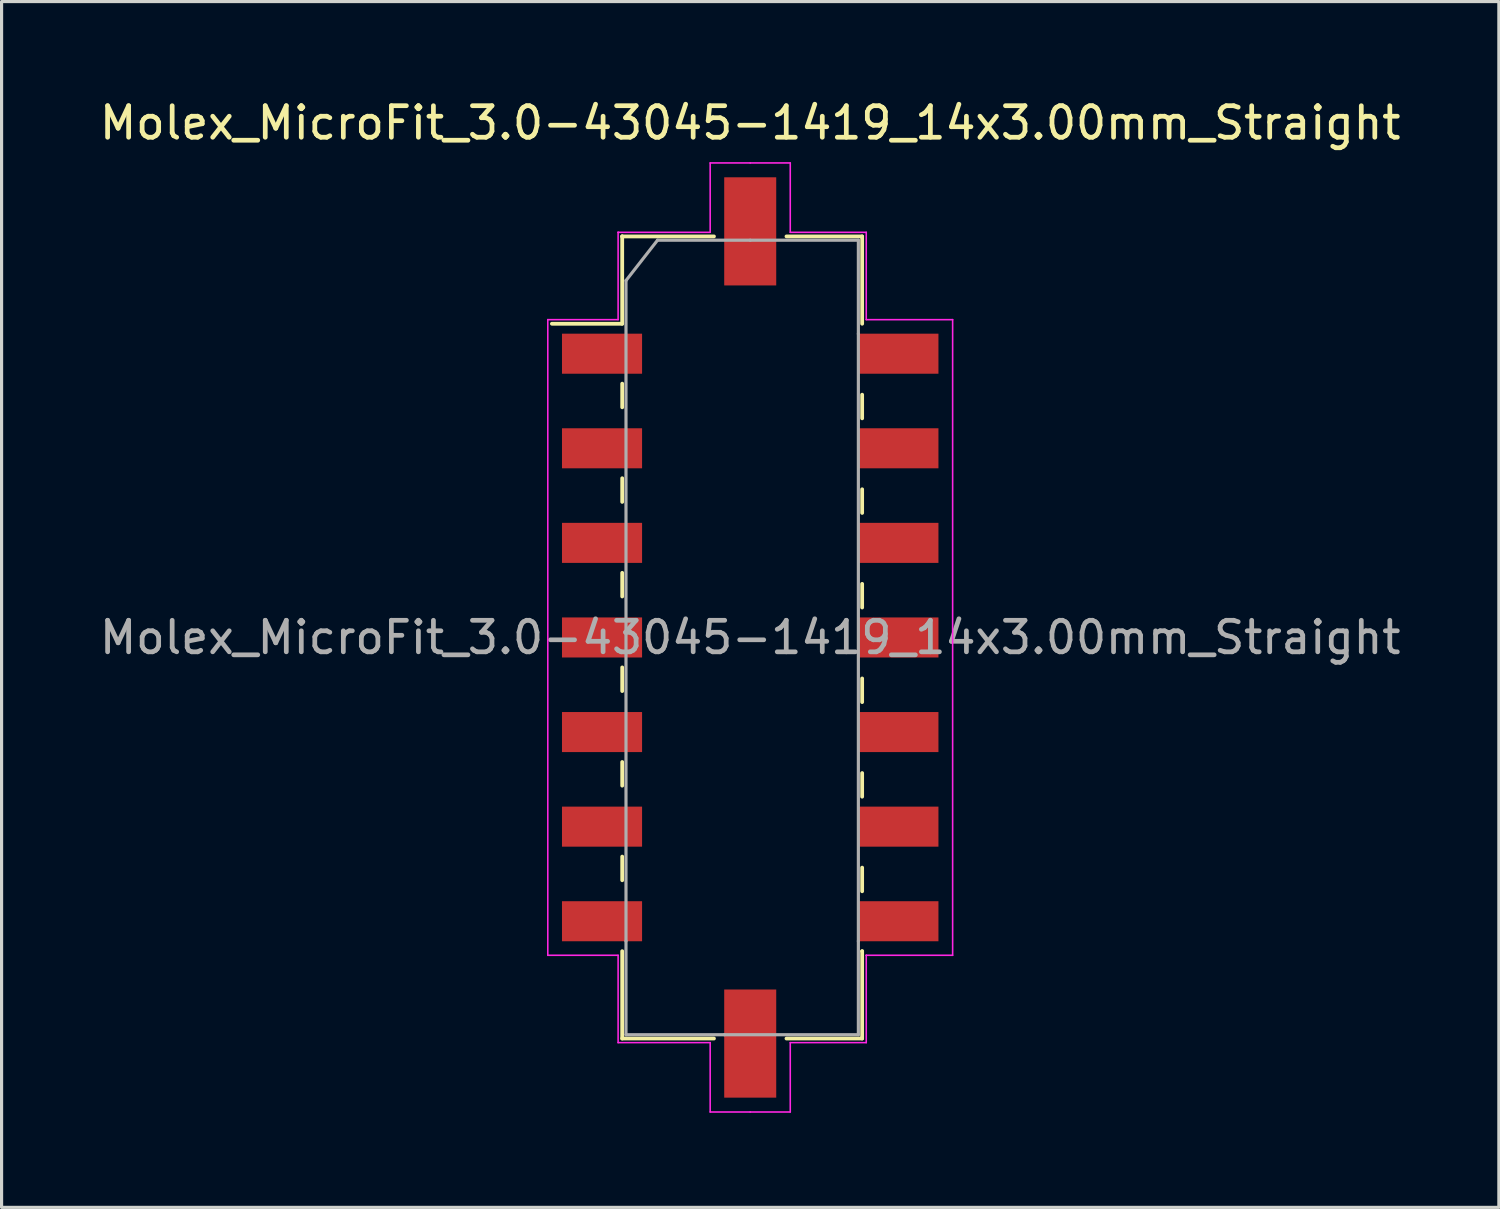
<source format=kicad_pcb>
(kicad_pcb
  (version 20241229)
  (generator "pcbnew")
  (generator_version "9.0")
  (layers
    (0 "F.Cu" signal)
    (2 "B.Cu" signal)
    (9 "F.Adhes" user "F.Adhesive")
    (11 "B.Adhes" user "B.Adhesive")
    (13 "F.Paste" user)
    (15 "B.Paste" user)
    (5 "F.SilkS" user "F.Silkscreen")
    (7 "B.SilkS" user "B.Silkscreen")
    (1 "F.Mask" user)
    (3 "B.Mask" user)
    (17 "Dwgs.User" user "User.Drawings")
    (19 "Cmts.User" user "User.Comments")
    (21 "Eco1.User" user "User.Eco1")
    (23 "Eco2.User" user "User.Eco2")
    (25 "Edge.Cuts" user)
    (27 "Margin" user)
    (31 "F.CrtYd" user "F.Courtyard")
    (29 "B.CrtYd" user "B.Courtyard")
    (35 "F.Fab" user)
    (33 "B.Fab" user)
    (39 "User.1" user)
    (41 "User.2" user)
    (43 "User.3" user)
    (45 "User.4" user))
  (footprint "Molex_MicroFit_3.0-43045-1419_14x3.00mm_Straight"
    (layer "F.Cu")
    (at 20.744 17.168)
    (property "Reference" "Molex_MicroFit_3.0-43045-1419_14x3.00mm_Straight" (at 0 -16.32 0) (layer "F.SilkS") (effects (font (size 1 1) (thickness 0.15))))
    (attr smd)
    (fp_line (start -6.29 -9.95) (end -4.06 -9.95) (stroke (width 0.12) (type solid)) (layer "F.SilkS"))
    (fp_line (start -4.06 -12.72) (end -4.06 -12.72) (stroke (width 0.12) (type solid)) (layer "F.SilkS"))
    (fp_line (start -4.06 -12.72) (end -1.15 -12.72) (stroke (width 0.12) (type solid)) (layer "F.SilkS"))
    (fp_line (start -4.06 -9.95) (end -4.06 -12.72) (stroke (width 0.12) (type solid)) (layer "F.SilkS"))
    (fp_line (start -4.06 -8.05) (end -4.06 -7.3) (stroke (width 0.12) (type solid)) (layer "F.SilkS"))
    (fp_line (start -4.06 -5.05) (end -4.06 -4.3) (stroke (width 0.12) (type solid)) (layer "F.SilkS"))
    (fp_line (start -4.06 -2.05) (end -4.06 -1.3) (stroke (width 0.12) (type solid)) (layer "F.SilkS"))
    (fp_line (start -4.06 0.95) (end -4.06 1.7) (stroke (width 0.12) (type solid)) (layer "F.SilkS"))
    (fp_line (start -4.06 3.95) (end -4.06 4.7) (stroke (width 0.12) (type solid)) (layer "F.SilkS"))
    (fp_line (start -4.06 6.95) (end -4.06 7.7) (stroke (width 0.12) (type solid)) (layer "F.SilkS"))
    (fp_line (start -4.06 12.72) (end -4.06 9.95) (stroke (width 0.12) (type solid)) (layer "F.SilkS"))
    (fp_line (start -1.15 12.72) (end -4.06 12.72) (stroke (width 0.12) (type solid)) (layer "F.SilkS"))
    (fp_line (start 1.15 -12.72) (end 3.55 -12.72) (stroke (width 0.12) (type solid)) (layer "F.SilkS"))
    (fp_line (start 3.55 -12.72) (end 3.55 -9.95) (stroke (width 0.12) (type solid)) (layer "F.SilkS"))
    (fp_line (start 3.55 -6.95) (end 3.55 -7.7) (stroke (width 0.12) (type solid)) (layer "F.SilkS"))
    (fp_line (start 3.55 -3.95) (end 3.55 -4.7) (stroke (width 0.12) (type solid)) (layer "F.SilkS"))
    (fp_line (start 3.55 -0.95) (end 3.55 -1.7) (stroke (width 0.12) (type solid)) (layer "F.SilkS"))
    (fp_line (start 3.55 2.05) (end 3.55 1.3) (stroke (width 0.12) (type solid)) (layer "F.SilkS"))
    (fp_line (start 3.55 5.05) (end 3.55 4.3) (stroke (width 0.12) (type solid)) (layer "F.SilkS"))
    (fp_line (start 3.55 8.05) (end 3.55 7.3) (stroke (width 0.12) (type solid)) (layer "F.SilkS"))
    (fp_line (start 3.55 9.95) (end 3.55 9.95) (stroke (width 0.12) (type solid)) (layer "F.SilkS"))
    (fp_line (start 3.55 9.95) (end 3.55 12.72) (stroke (width 0.12) (type solid)) (layer "F.SilkS"))
    (fp_line (start 3.55 12.72) (end 1.15 12.72) (stroke (width 0.12) (type solid)) (layer "F.SilkS"))
    (fp_line (start -6.42 -10.08) (end -4.19 -10.08) (stroke (width 0.05) (type solid)) (layer "F.CrtYd"))
    (fp_line (start -6.42 10.08) (end -6.42 -10.08) (stroke (width 0.05) (type solid)) (layer "F.CrtYd"))
    (fp_line (start -4.19 -12.85) (end -4.19 -12.85) (stroke (width 0.05) (type solid)) (layer "F.CrtYd"))
    (fp_line (start -4.19 -12.85) (end -1.27 -12.85) (stroke (width 0.05) (type solid)) (layer "F.CrtYd"))
    (fp_line (start -4.19 -10.08) (end -4.19 -12.85) (stroke (width 0.05) (type solid)) (layer "F.CrtYd"))
    (fp_line (start -4.19 10.08) (end -6.42 10.08) (stroke (width 0.05) (type solid)) (layer "F.CrtYd"))
    (fp_line (start -4.19 12.85) (end -4.19 10.08) (stroke (width 0.05) (type solid)) (layer "F.CrtYd"))
    (fp_line (start -1.27 -15.05) (end 0 -15.05) (stroke (width 0.05) (type solid)) (layer "F.CrtYd"))
    (fp_line (start -1.27 -12.85) (end -1.27 -15.05) (stroke (width 0.05) (type solid)) (layer "F.CrtYd"))
    (fp_line (start -1.27 12.85) (end -4.19 12.85) (stroke (width 0.05) (type solid)) (layer "F.CrtYd"))
    (fp_line (start -1.27 15.05) (end -1.27 12.85) (stroke (width 0.05) (type solid)) (layer "F.CrtYd"))
    (fp_line (start 0 -15.05) (end 1.27 -15.05) (stroke (width 0.05) (type solid)) (layer "F.CrtYd"))
    (fp_line (start 0 15.05) (end -1.27 15.05) (stroke (width 0.05) (type solid)) (layer "F.CrtYd"))
    (fp_line (start 1.27 -15.05) (end 1.27 -12.85) (stroke (width 0.05) (type solid)) (layer "F.CrtYd"))
    (fp_line (start 1.27 -12.85) (end 3.68 -12.85) (stroke (width 0.05) (type solid)) (layer "F.CrtYd"))
    (fp_line (start 1.27 12.85) (end 1.27 15.05) (stroke (width 0.05) (type solid)) (layer "F.CrtYd"))
    (fp_line (start 1.27 15.05) (end 0 15.05) (stroke (width 0.05) (type solid)) (layer "F.CrtYd"))
    (fp_line (start 3.68 -12.85) (end 3.68 -10.08) (stroke (width 0.05) (type solid)) (layer "F.CrtYd"))
    (fp_line (start 3.68 -10.08) (end 6.42 -10.08) (stroke (width 0.05) (type solid)) (layer "F.CrtYd"))
    (fp_line (start 3.68 10.08) (end 3.68 10.08) (stroke (width 0.05) (type solid)) (layer "F.CrtYd"))
    (fp_line (start 3.68 10.08) (end 3.68 12.85) (stroke (width 0.05) (type solid)) (layer "F.CrtYd"))
    (fp_line (start 3.68 12.85) (end 1.27 12.85) (stroke (width 0.05) (type solid)) (layer "F.CrtYd"))
    (fp_line (start 6.42 -10.08) (end 6.42 10.08) (stroke (width 0.05) (type solid)) (layer "F.CrtYd"))
    (fp_line (start 6.42 10.08) (end 3.68 10.08) (stroke (width 0.05) (type solid)) (layer "F.CrtYd"))
    (fp_line (start -3.94 -11.32) (end -2.94 -12.6) (stroke (width 0.1) (type solid)) (layer "F.Fab"))
    (fp_line (start -3.94 9.63) (end -3.94 -11.32) (stroke (width 0.1) (type solid)) (layer "F.Fab"))
    (fp_line (start -3.94 12.6) (end -3.94 9.63) (stroke (width 0.1) (type solid)) (layer "F.Fab"))
    (fp_line (start -2.94 -12.6) (end 0 -12.6) (stroke (width 0.1) (type solid)) (layer "F.Fab"))
    (fp_line (start -0.82 12.6) (end -3.94 12.6) (stroke (width 0.1) (type solid)) (layer "F.Fab"))
    (fp_line (start 0 -12.6) (end 3.43 -12.6) (stroke (width 0.1) (type solid)) (layer "F.Fab"))
    (fp_line (start 3.43 -12.6) (end 3.43 -9.63) (stroke (width 0.1) (type solid)) (layer "F.Fab"))
    (fp_line (start 3.43 -9.63) (end 3.43 9.63) (stroke (width 0.1) (type solid)) (layer "F.Fab"))
    (fp_line (start 3.43 9.63) (end 3.43 12.6) (stroke (width 0.1) (type solid)) (layer "F.Fab"))
    (fp_line (start 3.43 12.6) (end -0.82 12.6) (stroke (width 0.1) (type solid)) (layer "F.Fab"))
    (fp_text user "${REFERENCE}" (at 0 0 0) (layer "F.Fab") (effects (font (size 1 1) (thickness 0.15))))
    (pad "" smd rect (at 0 -12.88) (size 1.65 3.43) (layers "F.Cu" "F.Mask" "F.Paste"))
    (pad "" smd rect (at 0 12.88) (size 1.65 3.43) (layers "F.Cu" "F.Mask" "F.Paste"))
    (pad "1" smd rect (at -4.7 -9) (size 2.54 1.27) (layers "F.Cu" "F.Mask" "F.Paste"))
    (pad "2" smd rect (at -4.7 -6) (size 2.54 1.27) (layers "F.Cu" "F.Mask" "F.Paste"))
    (pad "3" smd rect (at -4.7 -3) (size 2.54 1.27) (layers "F.Cu" "F.Mask" "F.Paste"))
    (pad "4" smd rect (at -4.7 0) (size 2.54 1.27) (layers "F.Cu" "F.Mask" "F.Paste"))
    (pad "5" smd rect (at -4.7 3) (size 2.54 1.27) (layers "F.Cu" "F.Mask" "F.Paste"))
    (pad "6" smd rect (at -4.7 6) (size 2.54 1.27) (layers "F.Cu" "F.Mask" "F.Paste"))
    (pad "7" smd rect (at -4.7 9) (size 2.54 1.27) (layers "F.Cu" "F.Mask" "F.Paste"))
    (pad "8" smd rect (at 4.7 9) (size 2.54 1.27) (layers "F.Cu" "F.Mask" "F.Paste"))
    (pad "9" smd rect (at 4.7 6) (size 2.54 1.27) (layers "F.Cu" "F.Mask" "F.Paste"))
    (pad "10" smd rect (at 4.7 3) (size 2.54 1.27) (layers "F.Cu" "F.Mask" "F.Paste"))
    (pad "11" smd rect (at 4.7 0) (size 2.54 1.27) (layers "F.Cu" "F.Mask" "F.Paste"))
    (pad "12" smd rect (at 4.7 -3) (size 2.54 1.27) (layers "F.Cu" "F.Mask" "F.Paste"))
    (pad "13" smd rect (at 4.7 -6) (size 2.54 1.27) (layers "F.Cu" "F.Mask" "F.Paste"))
    (pad "14" smd rect (at 4.7 -9) (size 2.54 1.27) (layers "F.Cu" "F.Mask" "F.Paste")))
  (gr_rect
    (start -3 -3)
    (end 44.488 35.243)
    (stroke (width 0.1) (type default))
    (fill no)
    (layer "Edge.Cuts")))
</source>
